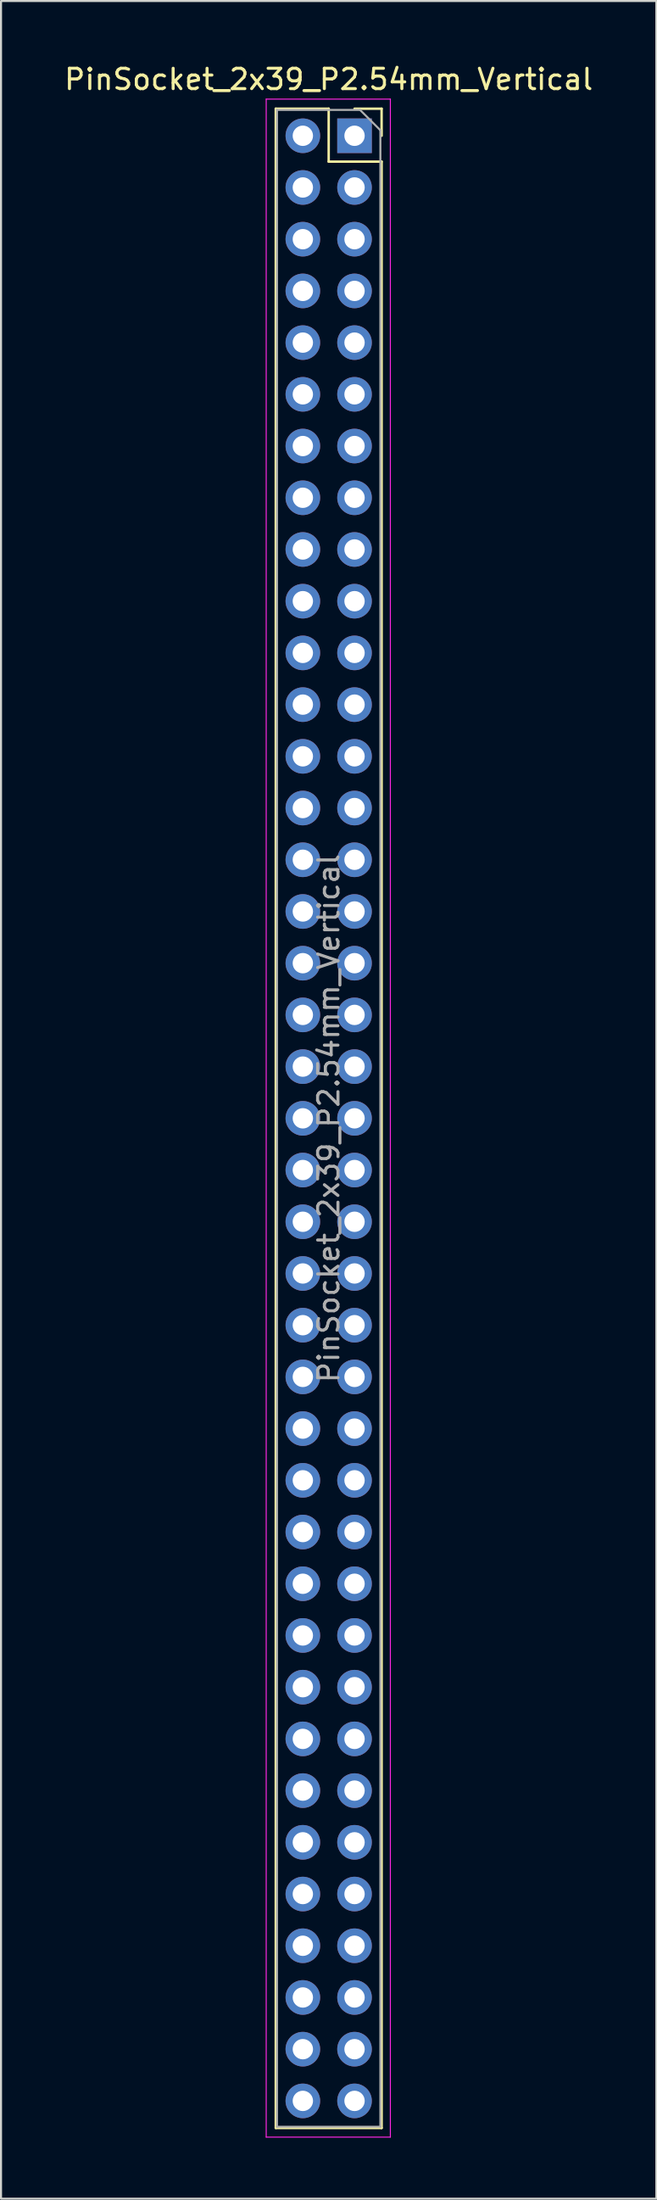
<source format=kicad_pcb>
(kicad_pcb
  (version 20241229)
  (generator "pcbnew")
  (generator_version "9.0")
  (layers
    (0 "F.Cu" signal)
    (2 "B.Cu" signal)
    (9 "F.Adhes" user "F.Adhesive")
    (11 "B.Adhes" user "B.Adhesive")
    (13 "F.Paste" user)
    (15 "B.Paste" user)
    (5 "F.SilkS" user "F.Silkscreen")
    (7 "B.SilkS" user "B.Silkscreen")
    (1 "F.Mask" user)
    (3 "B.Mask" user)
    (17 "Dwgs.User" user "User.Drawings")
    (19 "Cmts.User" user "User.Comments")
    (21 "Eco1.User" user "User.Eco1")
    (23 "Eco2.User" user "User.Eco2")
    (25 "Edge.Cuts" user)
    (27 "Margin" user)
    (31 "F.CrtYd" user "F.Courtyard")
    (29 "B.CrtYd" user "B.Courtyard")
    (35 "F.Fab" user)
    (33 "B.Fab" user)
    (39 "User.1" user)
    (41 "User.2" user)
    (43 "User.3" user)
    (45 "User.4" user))
  (footprint "PinSocket_2x39_P2.54mm_Vertical"
    (layer "F.Cu")
    (at 14.371 3.618)
    (property "Reference" "PinSocket_2x39_P2.54mm_Vertical" (at -1.27 -2.77 0) (layer "F.SilkS") (effects (font (size 1 1) (thickness 0.15))))
    (attr through_hole)
    (fp_line (start -3.87 -1.33) (end -3.87 97.85) (stroke (width 0.12) (type solid)) (layer "F.SilkS"))
    (fp_line (start -3.87 -1.33) (end -1.27 -1.33) (stroke (width 0.12) (type solid)) (layer "F.SilkS"))
    (fp_line (start -3.87 97.85) (end 1.33 97.85) (stroke (width 0.12) (type solid)) (layer "F.SilkS"))
    (fp_line (start -1.27 -1.33) (end -1.27 1.27) (stroke (width 0.12) (type solid)) (layer "F.SilkS"))
    (fp_line (start -1.27 1.27) (end 1.33 1.27) (stroke (width 0.12) (type solid)) (layer "F.SilkS"))
    (fp_line (start 0 -1.33) (end 1.33 -1.33) (stroke (width 0.12) (type solid)) (layer "F.SilkS"))
    (fp_line (start 1.33 -1.33) (end 1.33 0) (stroke (width 0.12) (type solid)) (layer "F.SilkS"))
    (fp_line (start 1.33 1.27) (end 1.33 97.85) (stroke (width 0.12) (type solid)) (layer "F.SilkS"))
    (fp_line (start -4.34 -1.8) (end 1.76 -1.8) (stroke (width 0.05) (type solid)) (layer "F.CrtYd"))
    (fp_line (start -4.34 98.3) (end -4.34 -1.8) (stroke (width 0.05) (type solid)) (layer "F.CrtYd"))
    (fp_line (start 1.76 -1.8) (end 1.76 98.3) (stroke (width 0.05) (type solid)) (layer "F.CrtYd"))
    (fp_line (start 1.76 98.3) (end -4.34 98.3) (stroke (width 0.05) (type solid)) (layer "F.CrtYd"))
    (fp_line (start -3.81 -1.27) (end 0.27 -1.27) (stroke (width 0.1) (type solid)) (layer "F.Fab"))
    (fp_line (start -3.81 97.79) (end -3.81 -1.27) (stroke (width 0.1) (type solid)) (layer "F.Fab"))
    (fp_line (start 0.27 -1.27) (end 1.27 -0.27) (stroke (width 0.1) (type solid)) (layer "F.Fab"))
    (fp_line (start 1.27 -0.27) (end 1.27 97.79) (stroke (width 0.1) (type solid)) (layer "F.Fab"))
    (fp_line (start 1.27 97.79) (end -3.81 97.79) (stroke (width 0.1) (type solid)) (layer "F.Fab"))
    (fp_text user "${REFERENCE}" (at -1.27 48.26 90) (layer "F.Fab") (effects (font (size 1 1) (thickness 0.15))))
    (pad "1" thru_hole rect (at 0 0) (size 1.7 1.7) (drill 1) (layers "*.Cu" "*.Mask"))
    (pad "2" thru_hole oval (at -2.54 0) (size 1.7 1.7) (drill 1) (layers "*.Cu" "*.Mask"))
    (pad "3" thru_hole oval (at 0 2.54) (size 1.7 1.7) (drill 1) (layers "*.Cu" "*.Mask"))
    (pad "4" thru_hole oval (at -2.54 2.54) (size 1.7 1.7) (drill 1) (layers "*.Cu" "*.Mask"))
    (pad "5" thru_hole oval (at 0 5.08) (size 1.7 1.7) (drill 1) (layers "*.Cu" "*.Mask"))
    (pad "6" thru_hole oval (at -2.54 5.08) (size 1.7 1.7) (drill 1) (layers "*.Cu" "*.Mask"))
    (pad "7" thru_hole oval (at 0 7.62) (size 1.7 1.7) (drill 1) (layers "*.Cu" "*.Mask"))
    (pad "8" thru_hole oval (at -2.54 7.62) (size 1.7 1.7) (drill 1) (layers "*.Cu" "*.Mask"))
    (pad "9" thru_hole oval (at 0 10.16) (size 1.7 1.7) (drill 1) (layers "*.Cu" "*.Mask"))
    (pad "10" thru_hole oval (at -2.54 10.16) (size 1.7 1.7) (drill 1) (layers "*.Cu" "*.Mask"))
    (pad "11" thru_hole oval (at 0 12.7) (size 1.7 1.7) (drill 1) (layers "*.Cu" "*.Mask"))
    (pad "12" thru_hole oval (at -2.54 12.7) (size 1.7 1.7) (drill 1) (layers "*.Cu" "*.Mask"))
    (pad "13" thru_hole oval (at 0 15.24) (size 1.7 1.7) (drill 1) (layers "*.Cu" "*.Mask"))
    (pad "14" thru_hole oval (at -2.54 15.24) (size 1.7 1.7) (drill 1) (layers "*.Cu" "*.Mask"))
    (pad "15" thru_hole oval (at 0 17.78) (size 1.7 1.7) (drill 1) (layers "*.Cu" "*.Mask"))
    (pad "16" thru_hole oval (at -2.54 17.78) (size 1.7 1.7) (drill 1) (layers "*.Cu" "*.Mask"))
    (pad "17" thru_hole oval (at 0 20.32) (size 1.7 1.7) (drill 1) (layers "*.Cu" "*.Mask"))
    (pad "18" thru_hole oval (at -2.54 20.32) (size 1.7 1.7) (drill 1) (layers "*.Cu" "*.Mask"))
    (pad "19" thru_hole oval (at 0 22.86) (size 1.7 1.7) (drill 1) (layers "*.Cu" "*.Mask"))
    (pad "20" thru_hole oval (at -2.54 22.86) (size 1.7 1.7) (drill 1) (layers "*.Cu" "*.Mask"))
    (pad "21" thru_hole oval (at 0 25.4) (size 1.7 1.7) (drill 1) (layers "*.Cu" "*.Mask"))
    (pad "22" thru_hole oval (at -2.54 25.4) (size 1.7 1.7) (drill 1) (layers "*.Cu" "*.Mask"))
    (pad "23" thru_hole oval (at 0 27.94) (size 1.7 1.7) (drill 1) (layers "*.Cu" "*.Mask"))
    (pad "24" thru_hole oval (at -2.54 27.94) (size 1.7 1.7) (drill 1) (layers "*.Cu" "*.Mask"))
    (pad "25" thru_hole oval (at 0 30.48) (size 1.7 1.7) (drill 1) (layers "*.Cu" "*.Mask"))
    (pad "26" thru_hole oval (at -2.54 30.48) (size 1.7 1.7) (drill 1) (layers "*.Cu" "*.Mask"))
    (pad "27" thru_hole oval (at 0 33.02) (size 1.7 1.7) (drill 1) (layers "*.Cu" "*.Mask"))
    (pad "28" thru_hole oval (at -2.54 33.02) (size 1.7 1.7) (drill 1) (layers "*.Cu" "*.Mask"))
    (pad "29" thru_hole oval (at 0 35.56) (size 1.7 1.7) (drill 1) (layers "*.Cu" "*.Mask"))
    (pad "30" thru_hole oval (at -2.54 35.56) (size 1.7 1.7) (drill 1) (layers "*.Cu" "*.Mask"))
    (pad "31" thru_hole oval (at 0 38.1) (size 1.7 1.7) (drill 1) (layers "*.Cu" "*.Mask"))
    (pad "32" thru_hole oval (at -2.54 38.1) (size 1.7 1.7) (drill 1) (layers "*.Cu" "*.Mask"))
    (pad "33" thru_hole oval (at 0 40.64) (size 1.7 1.7) (drill 1) (layers "*.Cu" "*.Mask"))
    (pad "34" thru_hole oval (at -2.54 40.64) (size 1.7 1.7) (drill 1) (layers "*.Cu" "*.Mask"))
    (pad "35" thru_hole oval (at 0 43.18) (size 1.7 1.7) (drill 1) (layers "*.Cu" "*.Mask"))
    (pad "36" thru_hole oval (at -2.54 43.18) (size 1.7 1.7) (drill 1) (layers "*.Cu" "*.Mask"))
    (pad "37" thru_hole oval (at 0 45.72) (size 1.7 1.7) (drill 1) (layers "*.Cu" "*.Mask"))
    (pad "38" thru_hole oval (at -2.54 45.72) (size 1.7 1.7) (drill 1) (layers "*.Cu" "*.Mask"))
    (pad "39" thru_hole oval (at 0 48.26) (size 1.7 1.7) (drill 1) (layers "*.Cu" "*.Mask"))
    (pad "40" thru_hole oval (at -2.54 48.26) (size 1.7 1.7) (drill 1) (layers "*.Cu" "*.Mask"))
    (pad "41" thru_hole oval (at 0 50.8) (size 1.7 1.7) (drill 1) (layers "*.Cu" "*.Mask"))
    (pad "42" thru_hole oval (at -2.54 50.8) (size 1.7 1.7) (drill 1) (layers "*.Cu" "*.Mask"))
    (pad "43" thru_hole oval (at 0 53.34) (size 1.7 1.7) (drill 1) (layers "*.Cu" "*.Mask"))
    (pad "44" thru_hole oval (at -2.54 53.34) (size 1.7 1.7) (drill 1) (layers "*.Cu" "*.Mask"))
    (pad "45" thru_hole oval (at 0 55.88) (size 1.7 1.7) (drill 1) (layers "*.Cu" "*.Mask"))
    (pad "46" thru_hole oval (at -2.54 55.88) (size 1.7 1.7) (drill 1) (layers "*.Cu" "*.Mask"))
    (pad "47" thru_hole oval (at 0 58.42) (size 1.7 1.7) (drill 1) (layers "*.Cu" "*.Mask"))
    (pad "48" thru_hole oval (at -2.54 58.42) (size 1.7 1.7) (drill 1) (layers "*.Cu" "*.Mask"))
    (pad "49" thru_hole oval (at 0 60.96) (size 1.7 1.7) (drill 1) (layers "*.Cu" "*.Mask"))
    (pad "50" thru_hole oval (at -2.54 60.96) (size 1.7 1.7) (drill 1) (layers "*.Cu" "*.Mask"))
    (pad "51" thru_hole oval (at 0 63.5) (size 1.7 1.7) (drill 1) (layers "*.Cu" "*.Mask"))
    (pad "52" thru_hole oval (at -2.54 63.5) (size 1.7 1.7) (drill 1) (layers "*.Cu" "*.Mask"))
    (pad "53" thru_hole oval (at 0 66.04) (size 1.7 1.7) (drill 1) (layers "*.Cu" "*.Mask"))
    (pad "54" thru_hole oval (at -2.54 66.04) (size 1.7 1.7) (drill 1) (layers "*.Cu" "*.Mask"))
    (pad "55" thru_hole oval (at 0 68.58) (size 1.7 1.7) (drill 1) (layers "*.Cu" "*.Mask"))
    (pad "56" thru_hole oval (at -2.54 68.58) (size 1.7 1.7) (drill 1) (layers "*.Cu" "*.Mask"))
    (pad "57" thru_hole oval (at 0 71.12) (size 1.7 1.7) (drill 1) (layers "*.Cu" "*.Mask"))
    (pad "58" thru_hole oval (at -2.54 71.12) (size 1.7 1.7) (drill 1) (layers "*.Cu" "*.Mask"))
    (pad "59" thru_hole oval (at 0 73.66) (size 1.7 1.7) (drill 1) (layers "*.Cu" "*.Mask"))
    (pad "60" thru_hole oval (at -2.54 73.66) (size 1.7 1.7) (drill 1) (layers "*.Cu" "*.Mask"))
    (pad "61" thru_hole oval (at 0 76.2) (size 1.7 1.7) (drill 1) (layers "*.Cu" "*.Mask"))
    (pad "62" thru_hole oval (at -2.54 76.2) (size 1.7 1.7) (drill 1) (layers "*.Cu" "*.Mask"))
    (pad "63" thru_hole oval (at 0 78.74) (size 1.7 1.7) (drill 1) (layers "*.Cu" "*.Mask"))
    (pad "64" thru_hole oval (at -2.54 78.74) (size 1.7 1.7) (drill 1) (layers "*.Cu" "*.Mask"))
    (pad "65" thru_hole oval (at 0 81.28) (size 1.7 1.7) (drill 1) (layers "*.Cu" "*.Mask"))
    (pad "66" thru_hole oval (at -2.54 81.28) (size 1.7 1.7) (drill 1) (layers "*.Cu" "*.Mask"))
    (pad "67" thru_hole oval (at 0 83.82) (size 1.7 1.7) (drill 1) (layers "*.Cu" "*.Mask"))
    (pad "68" thru_hole oval (at -2.54 83.82) (size 1.7 1.7) (drill 1) (layers "*.Cu" "*.Mask"))
    (pad "69" thru_hole oval (at 0 86.36) (size 1.7 1.7) (drill 1) (layers "*.Cu" "*.Mask"))
    (pad "70" thru_hole oval (at -2.54 86.36) (size 1.7 1.7) (drill 1) (layers "*.Cu" "*.Mask"))
    (pad "71" thru_hole oval (at 0 88.9) (size 1.7 1.7) (drill 1) (layers "*.Cu" "*.Mask"))
    (pad "72" thru_hole oval (at -2.54 88.9) (size 1.7 1.7) (drill 1) (layers "*.Cu" "*.Mask"))
    (pad "73" thru_hole oval (at 0 91.44) (size 1.7 1.7) (drill 1) (layers "*.Cu" "*.Mask"))
    (pad "74" thru_hole oval (at -2.54 91.44) (size 1.7 1.7) (drill 1) (layers "*.Cu" "*.Mask"))
    (pad "75" thru_hole oval (at 0 93.98) (size 1.7 1.7) (drill 1) (layers "*.Cu" "*.Mask"))
    (pad "76" thru_hole oval (at -2.54 93.98) (size 1.7 1.7) (drill 1) (layers "*.Cu" "*.Mask"))
    (pad "77" thru_hole oval (at 0 96.52) (size 1.7 1.7) (drill 1) (layers "*.Cu" "*.Mask"))
    (pad "78" thru_hole oval (at -2.54 96.52) (size 1.7 1.7) (drill 1) (layers "*.Cu" "*.Mask")))
  (gr_rect
    (start -3 -3)
    (end 29.202 104.943)
    (stroke (width 0.1) (type default))
    (fill no)
    (layer "Edge.Cuts")))
</source>
